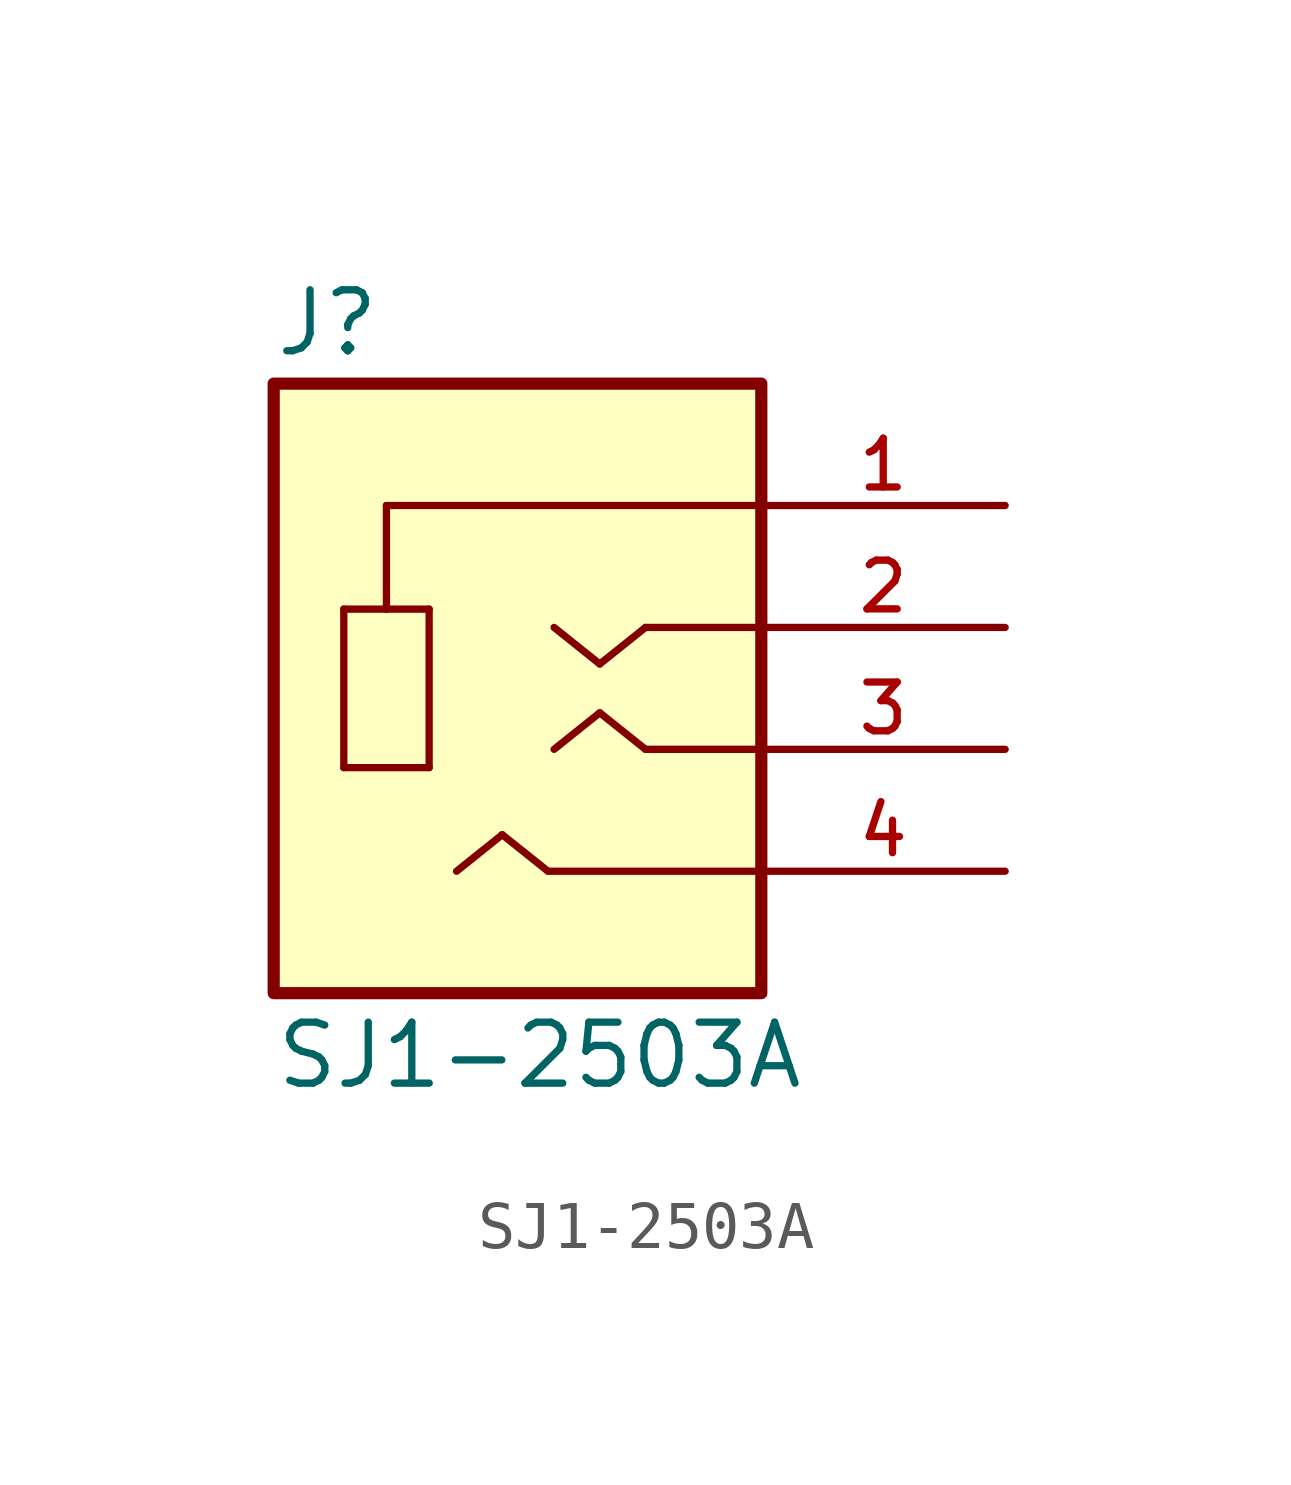
<source format=kicad_sym>
(kicad_symbol_lib
  (version 20211014)
  (generator kicad_symbol_editor)
  (symbol "SJ1-2503A"
    (pin_names
      (offset 1.016))
    (property "Reference" "J"
      (at -5.088 8.141 0)
      (effects (font (size 1.27 1.27)) (justify bottom left)))
    (property "Value" "SJ1-2503A"
      (at -5.084 -7.118 0)
      (effects (font (size 1.27 1.27)) (justify bottom left)))
    (symbol "SJ1-2503A_0_0"
      (polyline (pts (xy 5.08 5.08) (xy -2.731 5.08)) (stroke (width 0.152)))
      (polyline (pts (xy -2.731 5.08) (xy -2.731 2.921)) (stroke (width 0.152)))
      (polyline (pts (xy -2.731 2.921) (xy -1.841 2.921)) (stroke (width 0.152)))
      (polyline (pts (xy -1.841 2.921) (xy -1.841 -0.381)) (stroke (width 0.152)))
      (polyline (pts (xy -1.841 -0.381) (xy -3.619 -0.381)) (stroke (width 0.152)))
      (polyline (pts (xy -3.619 -0.381) (xy -3.619 2.921)) (stroke (width 0.152)))
      (polyline (pts (xy -3.619 2.921) (xy -2.731 2.921)) (stroke (width 0.152)))
      (polyline (pts (xy 5.08 2.54) (xy 2.667 2.54)) (stroke (width 0.152)))
      (polyline (pts (xy 2.667 2.54) (xy 1.714 1.778)) (stroke (width 0.152)))
      (polyline (pts (xy 1.714 1.778) (xy 0.762 2.54)) (stroke (width 0.152)))
      (polyline (pts (xy 4.953 0.0) (xy 2.667 0.0)) (stroke (width 0.152)))
      (polyline (pts (xy 2.667 0.0) (xy 1.714 0.762)) (stroke (width 0.152)))
      (polyline (pts (xy 1.714 0.762) (xy 0.762 0.0)) (stroke (width 0.152)))
      (polyline (pts (xy 0.635 -2.54) (xy -0.318 -1.778)) (stroke (width 0.152)))
      (polyline (pts (xy -0.318 -1.778) (xy -1.27 -2.54)) (stroke (width 0.152)))
      (polyline (pts (xy 4.953 -2.54) (xy 0.635 -2.54)) (stroke (width 0.152)))
      (rectangle (start -5.08 -5.08) (end 5.08 7.62) (stroke (width 0.254)) (fill (type background)))
      (pin passive line (at 10.16 5.08 180.0) (length 5.08) (name "~" (effects (font (size 1.016 1.016)))) (number "1" (effects (font (size 1.016 1.016)))))
      (pin passive line (at 10.16 2.54 180.0) (length 5.08) (name "~" (effects (font (size 1.016 1.016)))) (number "2" (effects (font (size 1.016 1.016)))))
      (pin passive line (at 10.16 0.0 180.0) (length 5.08) (name "~" (effects (font (size 1.016 1.016)))) (number "3" (effects (font (size 1.016 1.016)))))
      (pin passive line (at 10.16 -2.54 180.0) (length 5.08) (name "~" (effects (font (size 1.016 1.016)))) (number "4" (effects (font (size 1.016 1.016))))))))
</source>
